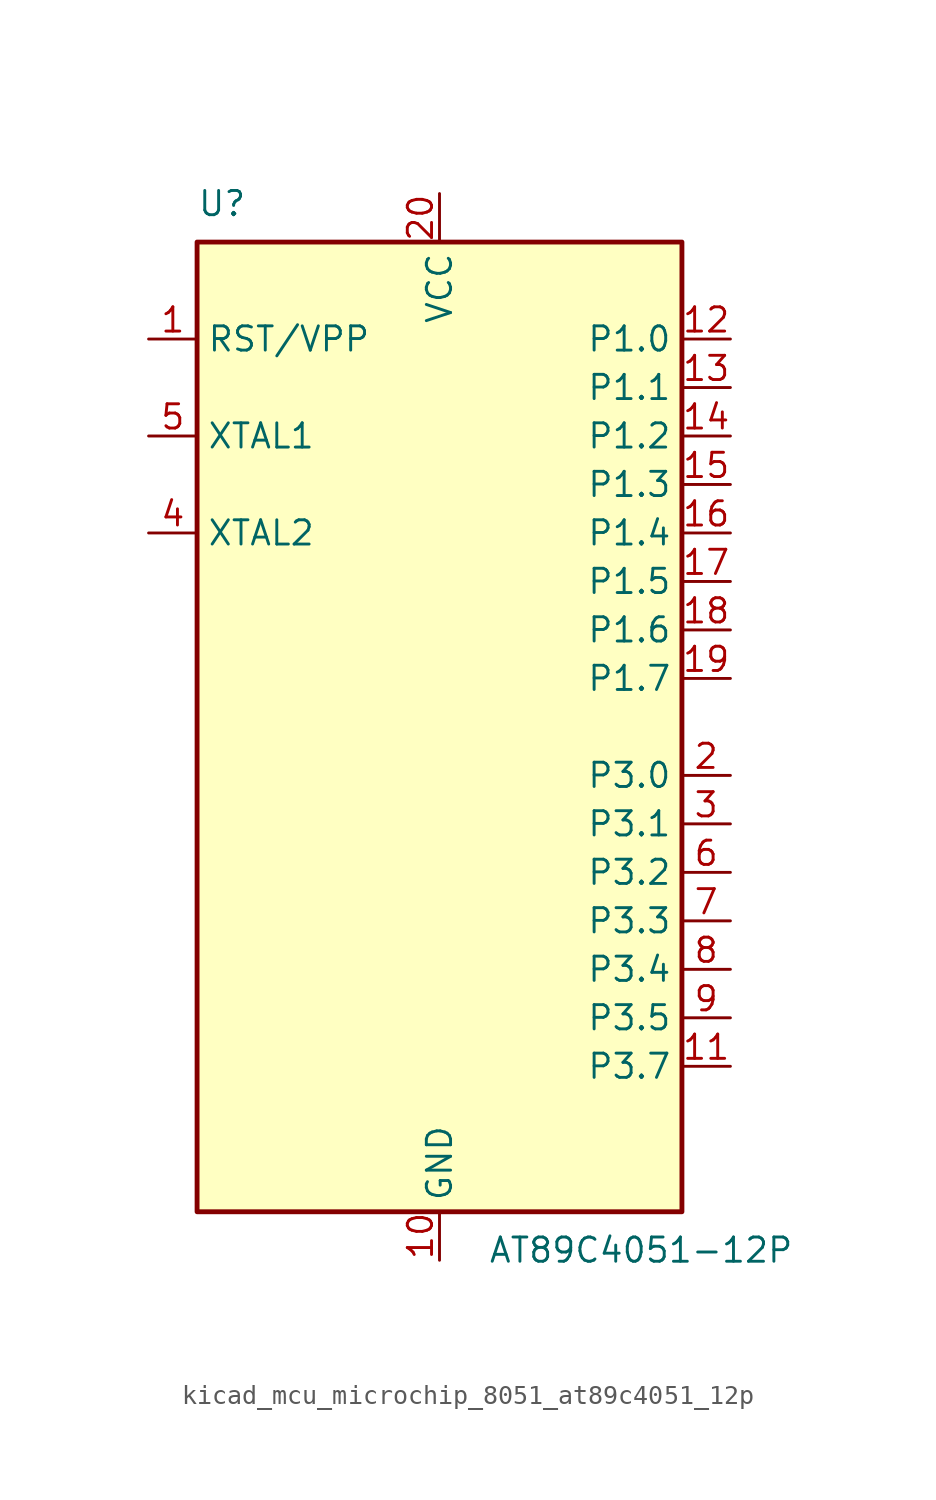
<source format=kicad_sym>
(kicad_symbol_lib
  (version 20220914)
  (generator kicad_symbol_editor)
  (symbol "kicad_mcu_microchip_8051_at89c4051_12p"
    (property "Reference" "U"
      (at -12.7 26.67 0)
      (effects (font (size 1.27 1.27)) (justify left bottom)))
    (property "Value" "AT89C4051-12P"
      (at 2.54 -26.67 0)
      (effects (font (size 1.27 1.27)) (justify left top)))
    (symbol "kicad_mcu_microchip_8051_at89c4051_12p_0_1"
      (rectangle (start -12.7 -25.4) (end 12.7 25.4) (stroke (width 0.254) (type default)) (fill (type background))))
    (symbol "kicad_mcu_microchip_8051_at89c4051_12p_1_1"
      (pin input line (at -15.24 20.32 0) (length 2.54) (name "RST/VPP" (effects (font (size 1.27 1.27)))) (number "1" (effects (font (size 1.27 1.27)))))
      (pin power_in line (at 0 -27.94 90) (length 2.54) (name "GND" (effects (font (size 1.27 1.27)))) (number "10" (effects (font (size 1.27 1.27)))))
      (pin bidirectional line (at 15.24 -17.78 180) (length 2.54) (name "P3.7" (effects (font (size 1.27 1.27)))) (number "11" (effects (font (size 1.27 1.27)))))
      (pin bidirectional line (at 15.24 20.32 180) (length 2.54) (name "P1.0" (effects (font (size 1.27 1.27)))) (number "12" (effects (font (size 1.27 1.27)))))
      (pin bidirectional line (at 15.24 17.78 180) (length 2.54) (name "P1.1" (effects (font (size 1.27 1.27)))) (number "13" (effects (font (size 1.27 1.27)))))
      (pin bidirectional line (at 15.24 15.24 180) (length 2.54) (name "P1.2" (effects (font (size 1.27 1.27)))) (number "14" (effects (font (size 1.27 1.27)))))
      (pin bidirectional line (at 15.24 12.7 180) (length 2.54) (name "P1.3" (effects (font (size 1.27 1.27)))) (number "15" (effects (font (size 1.27 1.27)))))
      (pin bidirectional line (at 15.24 10.16 180) (length 2.54) (name "P1.4" (effects (font (size 1.27 1.27)))) (number "16" (effects (font (size 1.27 1.27)))))
      (pin bidirectional line (at 15.24 7.62 180) (length 2.54) (name "P1.5" (effects (font (size 1.27 1.27)))) (number "17" (effects (font (size 1.27 1.27)))))
      (pin bidirectional line (at 15.24 5.08 180) (length 2.54) (name "P1.6" (effects (font (size 1.27 1.27)))) (number "18" (effects (font (size 1.27 1.27)))))
      (pin bidirectional line (at 15.24 2.54 180) (length 2.54) (name "P1.7" (effects (font (size 1.27 1.27)))) (number "19" (effects (font (size 1.27 1.27)))))
      (pin bidirectional line (at 15.24 -2.54 180) (length 2.54) (name "P3.0" (effects (font (size 1.27 1.27)))) (number "2" (effects (font (size 1.27 1.27)))))
      (pin power_in line (at 0 27.94 270) (length 2.54) (name "VCC" (effects (font (size 1.27 1.27)))) (number "20" (effects (font (size 1.27 1.27)))))
      (pin bidirectional line (at 15.24 -5.08 180) (length 2.54) (name "P3.1" (effects (font (size 1.27 1.27)))) (number "3" (effects (font (size 1.27 1.27)))))
      (pin output line (at -15.24 10.16 0) (length 2.54) (name "XTAL2" (effects (font (size 1.27 1.27)))) (number "4" (effects (font (size 1.27 1.27)))))
      (pin input line (at -15.24 15.24 0) (length 2.54) (name "XTAL1" (effects (font (size 1.27 1.27)))) (number "5" (effects (font (size 1.27 1.27)))))
      (pin bidirectional line (at 15.24 -7.62 180) (length 2.54) (name "P3.2" (effects (font (size 1.27 1.27)))) (number "6" (effects (font (size 1.27 1.27)))))
      (pin bidirectional line (at 15.24 -10.16 180) (length 2.54) (name "P3.3" (effects (font (size 1.27 1.27)))) (number "7" (effects (font (size 1.27 1.27)))))
      (pin bidirectional line (at 15.24 -12.7 180) (length 2.54) (name "P3.4" (effects (font (size 1.27 1.27)))) (number "8" (effects (font (size 1.27 1.27)))))
      (pin bidirectional line (at 15.24 -15.24 180) (length 2.54) (name "P3.5" (effects (font (size 1.27 1.27)))) (number "9" (effects (font (size 1.27 1.27))))))))
</source>
